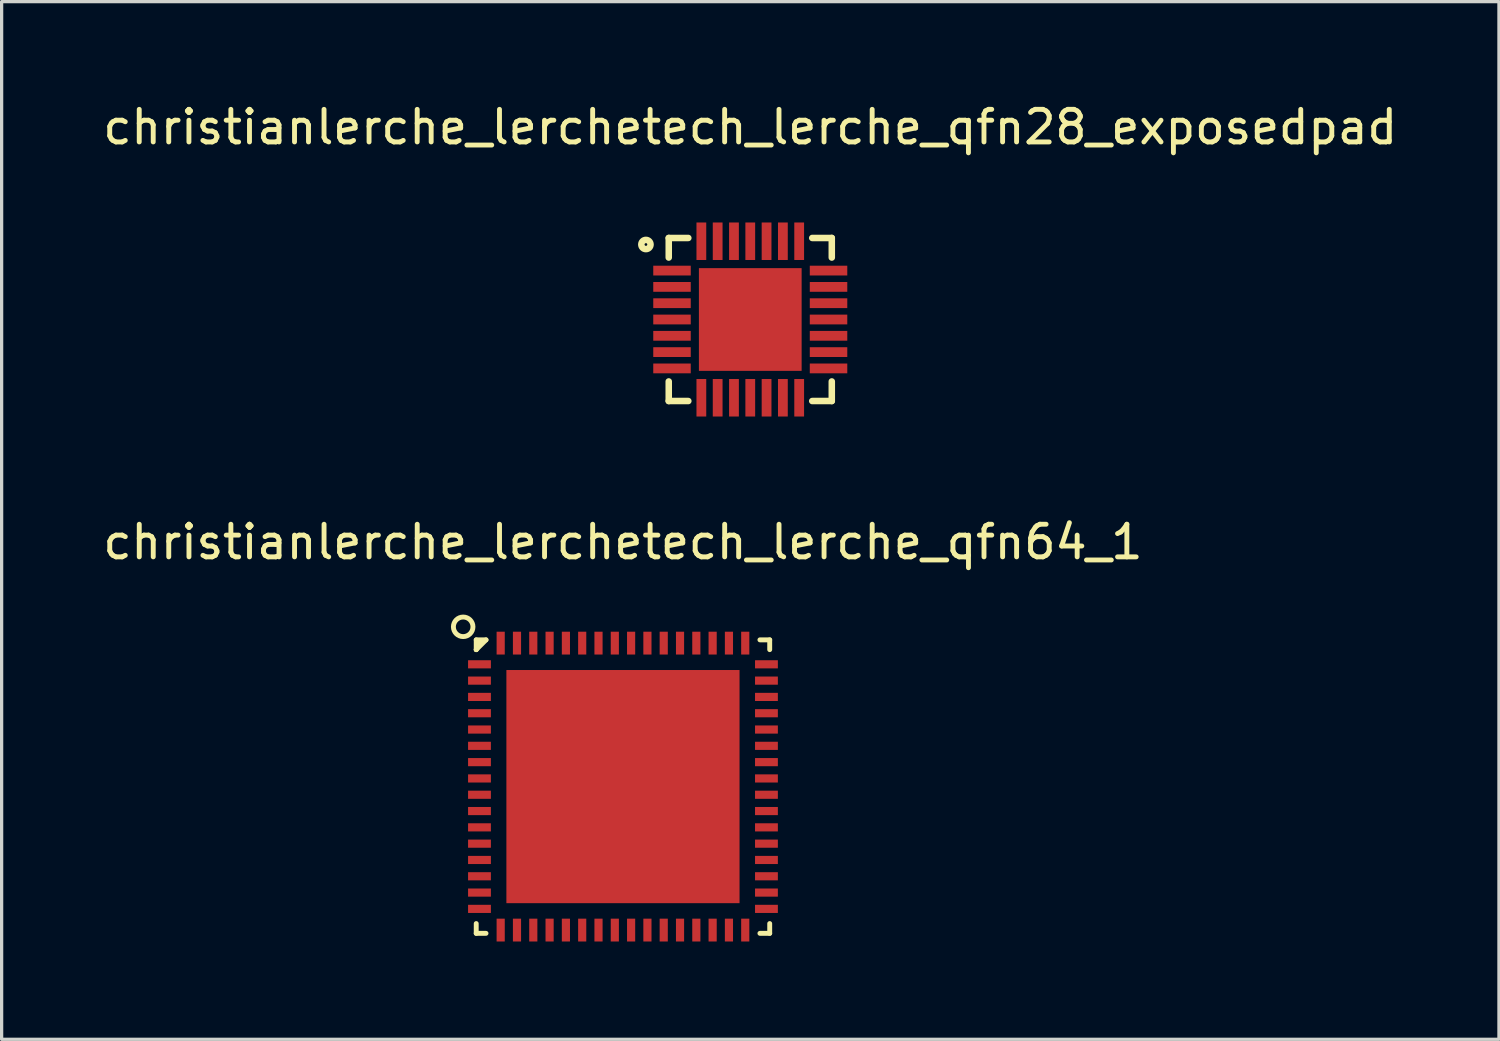
<source format=kicad_pcb>
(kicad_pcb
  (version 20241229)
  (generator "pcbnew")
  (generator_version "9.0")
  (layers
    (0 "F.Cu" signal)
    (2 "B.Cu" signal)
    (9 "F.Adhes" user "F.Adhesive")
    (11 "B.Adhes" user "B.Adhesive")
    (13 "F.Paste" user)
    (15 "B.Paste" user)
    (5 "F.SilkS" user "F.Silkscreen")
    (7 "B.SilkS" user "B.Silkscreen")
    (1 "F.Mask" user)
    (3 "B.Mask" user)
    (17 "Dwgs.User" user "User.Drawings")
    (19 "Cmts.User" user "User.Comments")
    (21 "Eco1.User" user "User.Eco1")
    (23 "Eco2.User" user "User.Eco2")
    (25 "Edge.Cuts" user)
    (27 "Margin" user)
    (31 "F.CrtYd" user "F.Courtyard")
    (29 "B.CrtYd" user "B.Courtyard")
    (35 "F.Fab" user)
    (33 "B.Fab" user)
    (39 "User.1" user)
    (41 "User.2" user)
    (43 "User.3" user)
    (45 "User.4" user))
  (footprint "christianlerche_lerchetech_lerche_qfn64_1"
    (layer "F.Cu")
    (at 16.054 21.072)
    (property "Reference" "christianlerche_lerchetech_lerche_qfn64_1" (at 0 -7.5 0) (layer "F.SilkS") (effects (font (size 1 1) (thickness 0.15))))
    (attr through_hole)
    (fp_line (start -4.5 -4.5) (end -4.5 -4.2) (stroke (width 0.15) (type solid)) (layer "F.SilkS"))
    (fp_line (start -4.5 -4.2) (end -4.4 -4.4) (stroke (width 0.15) (type solid)) (layer "F.SilkS"))
    (fp_line (start -4.5 4.2) (end -4.5 4.5) (stroke (width 0.15) (type solid)) (layer "F.SilkS"))
    (fp_line (start -4.5 4.5) (end -4.2 4.5) (stroke (width 0.15) (type solid)) (layer "F.SilkS"))
    (fp_line (start -4.2 -4.5) (end -4.5 -4.5) (stroke (width 0.15) (type solid)) (layer "F.SilkS"))
    (fp_line (start -4.2 -4.5) (end -4.5 -4.2) (stroke (width 0.15) (type solid)) (layer "F.SilkS"))
    (fp_line (start 4.2 -4.5) (end 4.5 -4.5) (stroke (width 0.15) (type solid)) (layer "F.SilkS"))
    (fp_line (start 4.2 4.5) (end 4.5 4.5) (stroke (width 0.15) (type solid)) (layer "F.SilkS"))
    (fp_line (start 4.5 -4.5) (end 4.5 -4.2) (stroke (width 0.15) (type solid)) (layer "F.SilkS"))
    (fp_line (start 4.5 4.5) (end 4.5 4.2) (stroke (width 0.15) (type solid)) (layer "F.SilkS"))
    (fp_circle (center -4.9 -4.9) (end -4.9 -4.6) (stroke (width 0.15) (type solid)) (fill no) (layer "F.SilkS"))
    (pad "1" smd rect (at -4.4 -3.75) (size 0.7 0.25) (layers "F.Cu" "F.Mask" "F.Paste"))
    (pad "2" smd rect (at -4.4 -3.25) (size 0.7 0.25) (layers "F.Cu" "F.Mask" "F.Paste"))
    (pad "3" smd rect (at -4.4 -2.75) (size 0.7 0.25) (layers "F.Cu" "F.Mask" "F.Paste"))
    (pad "4" smd rect (at -4.4 -2.25) (size 0.7 0.25) (layers "F.Cu" "F.Mask" "F.Paste"))
    (pad "5" smd rect (at -4.4 -1.75) (size 0.7 0.25) (layers "F.Cu" "F.Mask" "F.Paste"))
    (pad "6" smd rect (at -4.4 -1.25) (size 0.7 0.25) (layers "F.Cu" "F.Mask" "F.Paste"))
    (pad "7" smd rect (at -4.4 -0.75) (size 0.7 0.25) (layers "F.Cu" "F.Mask" "F.Paste"))
    (pad "8" smd rect (at -4.4 -0.25) (size 0.7 0.25) (layers "F.Cu" "F.Mask" "F.Paste"))
    (pad "9" smd rect (at -4.4 0.25) (size 0.7 0.25) (layers "F.Cu" "F.Mask" "F.Paste"))
    (pad "10" smd rect (at -4.4 0.75) (size 0.7 0.25) (layers "F.Cu" "F.Mask" "F.Paste"))
    (pad "11" smd rect (at -4.4 1.25) (size 0.7 0.25) (layers "F.Cu" "F.Mask" "F.Paste"))
    (pad "12" smd rect (at -4.4 1.75) (size 0.7 0.25) (layers "F.Cu" "F.Mask" "F.Paste"))
    (pad "13" smd rect (at -4.4 2.25) (size 0.7 0.25) (layers "F.Cu" "F.Mask" "F.Paste"))
    (pad "14" smd rect (at -4.4 2.75) (size 0.7 0.25) (layers "F.Cu" "F.Mask" "F.Paste"))
    (pad "15" smd rect (at -4.4 3.25) (size 0.7 0.25) (layers "F.Cu" "F.Mask" "F.Paste"))
    (pad "16" smd rect (at -4.4 3.75) (size 0.7 0.25) (layers "F.Cu" "F.Mask" "F.Paste"))
    (pad "17" smd rect (at -3.75 4.4 90) (size 0.7 0.25) (layers "F.Cu" "F.Mask" "F.Paste"))
    (pad "18" smd rect (at -3.25 4.4 90) (size 0.7 0.25) (layers "F.Cu" "F.Mask" "F.Paste"))
    (pad "19" smd rect (at -2.75 4.4 90) (size 0.7 0.25) (layers "F.Cu" "F.Mask" "F.Paste"))
    (pad "20" smd rect (at -2.25 4.4 90) (size 0.7 0.25) (layers "F.Cu" "F.Mask" "F.Paste"))
    (pad "21" smd rect (at -1.75 4.4 90) (size 0.7 0.25) (layers "F.Cu" "F.Mask" "F.Paste"))
    (pad "22" smd rect (at -1.25 4.4 90) (size 0.7 0.25) (layers "F.Cu" "F.Mask" "F.Paste"))
    (pad "23" smd rect (at -0.75 4.4 90) (size 0.7 0.25) (layers "F.Cu" "F.Mask" "F.Paste"))
    (pad "24" smd rect (at -0.25 4.4 90) (size 0.7 0.25) (layers "F.Cu" "F.Mask" "F.Paste"))
    (pad "25" smd rect (at 0.25 4.4 90) (size 0.7 0.25) (layers "F.Cu" "F.Mask" "F.Paste"))
    (pad "26" smd rect (at 0.75 4.4 90) (size 0.7 0.25) (layers "F.Cu" "F.Mask" "F.Paste"))
    (pad "27" smd rect (at 1.25 4.4 90) (size 0.7 0.25) (layers "F.Cu" "F.Mask" "F.Paste"))
    (pad "28" smd rect (at 1.75 4.4 90) (size 0.7 0.25) (layers "F.Cu" "F.Mask" "F.Paste"))
    (pad "29" smd rect (at 2.25 4.4 90) (size 0.7 0.25) (layers "F.Cu" "F.Mask" "F.Paste"))
    (pad "30" smd rect (at 2.75 4.4 90) (size 0.7 0.25) (layers "F.Cu" "F.Mask" "F.Paste"))
    (pad "31" smd rect (at 3.25 4.4 90) (size 0.7 0.25) (layers "F.Cu" "F.Mask" "F.Paste"))
    (pad "32" smd rect (at 3.75 4.4 90) (size 0.7 0.25) (layers "F.Cu" "F.Mask" "F.Paste"))
    (pad "33" smd rect (at 4.4 3.75 180) (size 0.7 0.25) (layers "F.Cu" "F.Mask" "F.Paste"))
    (pad "34" smd rect (at 4.4 3.25 180) (size 0.7 0.25) (layers "F.Cu" "F.Mask" "F.Paste"))
    (pad "35" smd rect (at 4.4 2.75 180) (size 0.7 0.25) (layers "F.Cu" "F.Mask" "F.Paste"))
    (pad "36" smd rect (at 4.4 2.25 180) (size 0.7 0.25) (layers "F.Cu" "F.Mask" "F.Paste"))
    (pad "37" smd rect (at 4.4 1.75 180) (size 0.7 0.25) (layers "F.Cu" "F.Mask" "F.Paste"))
    (pad "38" smd rect (at 4.4 1.25 180) (size 0.7 0.25) (layers "F.Cu" "F.Mask" "F.Paste"))
    (pad "39" smd rect (at 4.4 0.75 180) (size 0.7 0.25) (layers "F.Cu" "F.Mask" "F.Paste"))
    (pad "40" smd rect (at 4.4 0.25 180) (size 0.7 0.25) (layers "F.Cu" "F.Mask" "F.Paste"))
    (pad "41" smd rect (at 4.4 -0.25 180) (size 0.7 0.25) (layers "F.Cu" "F.Mask" "F.Paste"))
    (pad "42" smd rect (at 4.4 -0.75 180) (size 0.7 0.25) (layers "F.Cu" "F.Mask" "F.Paste"))
    (pad "43" smd rect (at 4.4 -1.25 180) (size 0.7 0.25) (layers "F.Cu" "F.Mask" "F.Paste"))
    (pad "44" smd rect (at 4.4 -1.75 180) (size 0.7 0.25) (layers "F.Cu" "F.Mask" "F.Paste"))
    (pad "45" smd rect (at 4.4 -2.25 180) (size 0.7 0.25) (layers "F.Cu" "F.Mask" "F.Paste"))
    (pad "46" smd rect (at 4.4 -2.75 180) (size 0.7 0.25) (layers "F.Cu" "F.Mask" "F.Paste"))
    (pad "47" smd rect (at 4.4 -3.25 180) (size 0.7 0.25) (layers "F.Cu" "F.Mask" "F.Paste"))
    (pad "48" smd rect (at 4.4 -3.75 180) (size 0.7 0.25) (layers "F.Cu" "F.Mask" "F.Paste"))
    (pad "49" smd rect (at 3.75 -4.4 270) (size 0.7 0.25) (layers "F.Cu" "F.Mask" "F.Paste"))
    (pad "50" smd rect (at 3.25 -4.4 270) (size 0.7 0.25) (layers "F.Cu" "F.Mask" "F.Paste"))
    (pad "51" smd rect (at 2.75 -4.4 270) (size 0.7 0.25) (layers "F.Cu" "F.Mask" "F.Paste"))
    (pad "52" smd rect (at 2.25 -4.4 270) (size 0.7 0.25) (layers "F.Cu" "F.Mask" "F.Paste"))
    (pad "53" smd rect (at 1.75 -4.4 270) (size 0.7 0.25) (layers "F.Cu" "F.Mask" "F.Paste"))
    (pad "54" smd rect (at 1.25 -4.4 270) (size 0.7 0.25) (layers "F.Cu" "F.Mask" "F.Paste"))
    (pad "55" smd rect (at 0.75 -4.4 270) (size 0.7 0.25) (layers "F.Cu" "F.Mask" "F.Paste"))
    (pad "56" smd rect (at 0.25 -4.4 270) (size 0.7 0.25) (layers "F.Cu" "F.Mask" "F.Paste"))
    (pad "57" smd rect (at -0.25 -4.4 270) (size 0.7 0.25) (layers "F.Cu" "F.Mask" "F.Paste"))
    (pad "58" smd rect (at -0.75 -4.4 270) (size 0.7 0.25) (layers "F.Cu" "F.Mask" "F.Paste"))
    (pad "59" smd rect (at -1.25 -4.4 270) (size 0.7 0.25) (layers "F.Cu" "F.Mask" "F.Paste"))
    (pad "60" smd rect (at -1.75 -4.4 270) (size 0.7 0.25) (layers "F.Cu" "F.Mask" "F.Paste"))
    (pad "61" smd rect (at -2.25 -4.4 270) (size 0.7 0.25) (layers "F.Cu" "F.Mask" "F.Paste"))
    (pad "62" smd rect (at -2.75 -4.4 270) (size 0.7 0.25) (layers "F.Cu" "F.Mask" "F.Paste"))
    (pad "63" smd rect (at -3.25 -4.4 270) (size 0.7 0.25) (layers "F.Cu" "F.Mask" "F.Paste"))
    (pad "64" smd rect (at -3.75 -4.4 270) (size 0.7 0.25) (layers "F.Cu" "F.Mask" "F.Paste"))
    (pad "PAD" smd rect (at 0 0 270) (size 7.15 7.15) (layers "F.Cu" "F.Mask" "F.Paste")))
  (footprint "christianlerche_lerchetech_lerche_qfn28_exposedpad"
    (layer "F.Cu")
    (at 19.958 6.748)
    (property "Reference" "christianlerche_lerchetech_lerche_qfn28_exposedpad" (at 0 -5.9 0) (layer "F.SilkS") (effects (font (size 1 1) (thickness 0.15))))
    (attr through_hole)
    (fp_line (start -2.5 -2.5) (end -2.5 -1.9) (stroke (width 0.2) (type solid)) (layer "F.SilkS"))
    (fp_line (start -2.5 1.9) (end -2.5 2.5) (stroke (width 0.2) (type solid)) (layer "F.SilkS"))
    (fp_line (start -2.5 2.5) (end -1.9 2.5) (stroke (width 0.2) (type solid)) (layer "F.SilkS"))
    (fp_line (start -1.9 -2.5) (end -2.5 -2.5) (stroke (width 0.2) (type solid)) (layer "F.SilkS"))
    (fp_line (start 1.9 2.5) (end 2.5 2.5) (stroke (width 0.2) (type solid)) (layer "F.SilkS"))
    (fp_line (start 2.5 -2.5) (end 1.9 -2.5) (stroke (width 0.2) (type solid)) (layer "F.SilkS"))
    (fp_line (start 2.5 -2.5) (end 2.5 -1.9) (stroke (width 0.2) (type solid)) (layer "F.SilkS"))
    (fp_line (start 2.5 2.5) (end 2.5 1.9) (stroke (width 0.2) (type solid)) (layer "F.SilkS"))
    (fp_circle (center -3.2 -2.3) (end -3.1 -2.2) (stroke (width 0.2) (type solid)) (fill no) (layer "F.SilkS"))
    (pad "1" smd rect (at -2.4 -1.5 90) (size 0.3 1.15) (layers "F.Cu" "F.Mask" "F.Paste"))
    (pad "2" smd rect (at -2.4 -1 90) (size 0.3 1.15) (layers "F.Cu" "F.Mask" "F.Paste"))
    (pad "3" smd rect (at -2.4 -0.5 90) (size 0.3 1.15) (layers "F.Cu" "F.Mask" "F.Paste"))
    (pad "4" smd rect (at -2.4 0 90) (size 0.3 1.15) (layers "F.Cu" "F.Mask" "F.Paste"))
    (pad "5" smd rect (at -2.4 0.5 90) (size 0.3 1.15) (layers "F.Cu" "F.Mask" "F.Paste"))
    (pad "6" smd rect (at -2.4 1 90) (size 0.3 1.15) (layers "F.Cu" "F.Mask" "F.Paste"))
    (pad "7" smd rect (at -2.4 1.5 90) (size 0.3 1.15) (layers "F.Cu" "F.Mask" "F.Paste"))
    (pad "8" smd rect (at -1.5 2.4) (size 0.3 1.15) (layers "F.Cu" "F.Mask" "F.Paste"))
    (pad "9" smd rect (at -1 2.4) (size 0.3 1.15) (layers "F.Cu" "F.Mask" "F.Paste"))
    (pad "10" smd rect (at -0.5 2.4) (size 0.3 1.15) (layers "F.Cu" "F.Mask" "F.Paste"))
    (pad "11" smd rect (at 0 2.4) (size 0.3 1.15) (layers "F.Cu" "F.Mask" "F.Paste"))
    (pad "12" smd rect (at 0.5 2.4) (size 0.3 1.15) (layers "F.Cu" "F.Mask" "F.Paste"))
    (pad "13" smd rect (at 1 2.4) (size 0.3 1.15) (layers "F.Cu" "F.Mask" "F.Paste"))
    (pad "14" smd rect (at 1.5 2.4) (size 0.3 1.15) (layers "F.Cu" "F.Mask" "F.Paste"))
    (pad "15" smd rect (at 2.4 1.5 90) (size 0.3 1.15) (layers "F.Cu" "F.Mask" "F.Paste"))
    (pad "16" smd rect (at 2.4 1 90) (size 0.3 1.15) (layers "F.Cu" "F.Mask" "F.Paste"))
    (pad "17" smd rect (at 2.4 0.5 90) (size 0.3 1.15) (layers "F.Cu" "F.Mask" "F.Paste"))
    (pad "18" smd rect (at 2.4 0 90) (size 0.3 1.15) (layers "F.Cu" "F.Mask" "F.Paste"))
    (pad "19" smd rect (at 2.4 -0.5 90) (size 0.3 1.15) (layers "F.Cu" "F.Mask" "F.Paste"))
    (pad "20" smd rect (at 2.4 -1 90) (size 0.3 1.15) (layers "F.Cu" "F.Mask" "F.Paste"))
    (pad "21" smd rect (at 2.4 -1.5 90) (size 0.3 1.15) (layers "F.Cu" "F.Mask" "F.Paste"))
    (pad "22" smd rect (at 1.5 -2.4) (size 0.3 1.15) (layers "F.Cu" "F.Mask" "F.Paste"))
    (pad "23" smd rect (at 1 -2.4) (size 0.3 1.15) (layers "F.Cu" "F.Mask" "F.Paste"))
    (pad "24" smd rect (at 0.5 -2.4) (size 0.3 1.15) (layers "F.Cu" "F.Mask" "F.Paste"))
    (pad "25" smd rect (at 0 -2.4) (size 0.3 1.15) (layers "F.Cu" "F.Mask" "F.Paste"))
    (pad "26" smd rect (at -0.5 -2.4) (size 0.3 1.15) (layers "F.Cu" "F.Mask" "F.Paste"))
    (pad "27" smd rect (at -1 -2.4) (size 0.3 1.15) (layers "F.Cu" "F.Mask" "F.Paste"))
    (pad "28" smd rect (at -1.5 -2.4) (size 0.3 1.15) (layers "F.Cu" "F.Mask" "F.Paste"))
    (pad "PAD" smd rect (at 0 0) (size 3.15 3.15) (layers "F.Cu" "F.Mask" "F.Paste")))
  (gr_rect
    (start -3 -3)
    (end 42.917 28.822)
    (stroke (width 0.1) (type default))
    (fill no)
    (layer "Edge.Cuts")))
</source>
